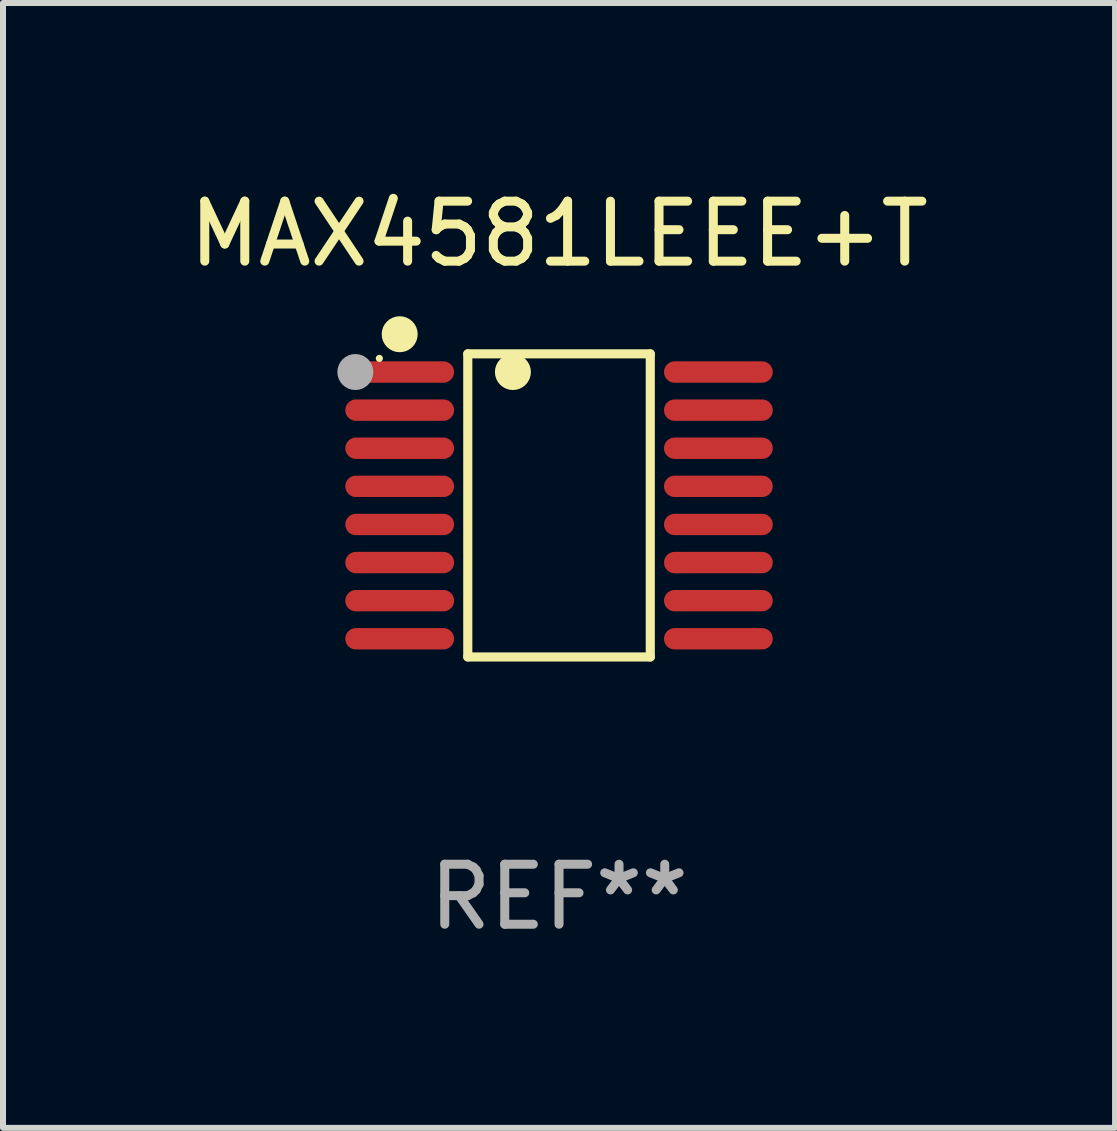
<source format=kicad_pcb>
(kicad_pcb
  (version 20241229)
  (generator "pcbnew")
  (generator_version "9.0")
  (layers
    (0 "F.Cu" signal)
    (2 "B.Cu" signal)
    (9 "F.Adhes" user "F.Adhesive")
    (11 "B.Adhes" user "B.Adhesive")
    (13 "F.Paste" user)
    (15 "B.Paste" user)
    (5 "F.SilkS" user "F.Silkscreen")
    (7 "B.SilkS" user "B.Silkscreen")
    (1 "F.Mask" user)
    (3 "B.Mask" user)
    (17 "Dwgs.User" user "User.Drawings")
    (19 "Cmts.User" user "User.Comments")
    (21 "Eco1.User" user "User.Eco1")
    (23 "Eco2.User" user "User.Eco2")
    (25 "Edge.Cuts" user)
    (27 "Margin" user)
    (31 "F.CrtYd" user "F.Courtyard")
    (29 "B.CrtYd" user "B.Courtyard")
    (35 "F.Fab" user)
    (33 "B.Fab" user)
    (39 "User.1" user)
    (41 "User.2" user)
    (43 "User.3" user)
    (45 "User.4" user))
  (footprint "MAX4581LEEE+T"
    (layer "F.Cu")
    (at 6.268 5.374)
    (property "Reference" "MAX4581LEEE+T" (at 0 -4.526 0) (layer "F.SilkS") (effects (font (size 1 1) (thickness 0.15))))
    (attr through_hole)
    (fp_line (start -1.521 -2.526) (end 1.521 -2.526) (stroke (width 0.152) (type solid)) (layer "F.SilkS"))
    (fp_line (start -1.521 2.526) (end -1.521 -2.526) (stroke (width 0.152) (type solid)) (layer "F.SilkS"))
    (fp_line (start 1.521 -2.526) (end 1.521 2.526) (stroke (width 0.152) (type solid)) (layer "F.SilkS"))
    (fp_line (start 1.521 2.526) (end -1.521 2.526) (stroke (width 0.152) (type solid)) (layer "F.SilkS"))
    (fp_circle (center -2.995 -2.45) (end -2.965 -2.45) (stroke (width 0.06) (type solid)) (fill no) (layer "F.SilkS"))
    (fp_circle (center -2.656 -2.853) (end -2.506 -2.853) (stroke (width 0.3) (type solid)) (fill no) (layer "F.SilkS"))
    (fp_circle (center -0.769 -2.223) (end -0.619 -2.223) (stroke (width 0.3) (type solid)) (fill no) (layer "F.SilkS"))
    (fp_circle (center -3.395 -2.223) (end -3.245 -2.223) (stroke (width 0.3) (type solid)) (fill no) (layer "F.Fab"))
    (fp_text user "REF**" (at 0 6.526 0) (layer "F.Fab") (effects (font (size 1 1) (thickness 0.15))))
    (pad "1" smd oval (at -2.656 -2.223 270) (size 0.356 1.813) (layers "F.Cu" "F.Mask" "F.Paste"))
    (pad "2" smd oval (at -2.656 -1.588 270) (size 0.356 1.813) (layers "F.Cu" "F.Mask" "F.Paste"))
    (pad "3" smd oval (at -2.656 -0.953 270) (size 0.356 1.813) (layers "F.Cu" "F.Mask" "F.Paste"))
    (pad "4" smd oval (at -2.656 -0.318 270) (size 0.356 1.813) (layers "F.Cu" "F.Mask" "F.Paste"))
    (pad "5" smd oval (at -2.656 0.318 270) (size 0.356 1.813) (layers "F.Cu" "F.Mask" "F.Paste"))
    (pad "6" smd oval (at -2.656 0.953 270) (size 0.356 1.813) (layers "F.Cu" "F.Mask" "F.Paste"))
    (pad "7" smd oval (at -2.656 1.588 270) (size 0.356 1.813) (layers "F.Cu" "F.Mask" "F.Paste"))
    (pad "8" smd oval (at -2.656 2.223 270) (size 0.356 1.813) (layers "F.Cu" "F.Mask" "F.Paste"))
    (pad "9" smd oval (at 2.656 2.223 270) (size 0.356 1.813) (layers "F.Cu" "F.Mask" "F.Paste"))
    (pad "10" smd oval (at 2.656 1.588 270) (size 0.356 1.813) (layers "F.Cu" "F.Mask" "F.Paste"))
    (pad "11" smd oval (at 2.656 0.953 270) (size 0.356 1.813) (layers "F.Cu" "F.Mask" "F.Paste"))
    (pad "12" smd oval (at 2.656 0.318 270) (size 0.356 1.813) (layers "F.Cu" "F.Mask" "F.Paste"))
    (pad "13" smd oval (at 2.656 -0.318 270) (size 0.356 1.813) (layers "F.Cu" "F.Mask" "F.Paste"))
    (pad "14" smd oval (at 2.656 -0.953 270) (size 0.356 1.813) (layers "F.Cu" "F.Mask" "F.Paste"))
    (pad "15" smd oval (at 2.656 -1.588 270) (size 0.356 1.813) (layers "F.Cu" "F.Mask" "F.Paste"))
    (pad "16" smd oval (at 2.656 -2.223 270) (size 0.356 1.813) (layers "F.Cu" "F.Mask" "F.Paste")))
  (gr_rect
    (start -3 -3)
    (end 15.536 15.749)
    (stroke (width 0.1) (type default))
    (fill no)
    (layer "Edge.Cuts")))
</source>
